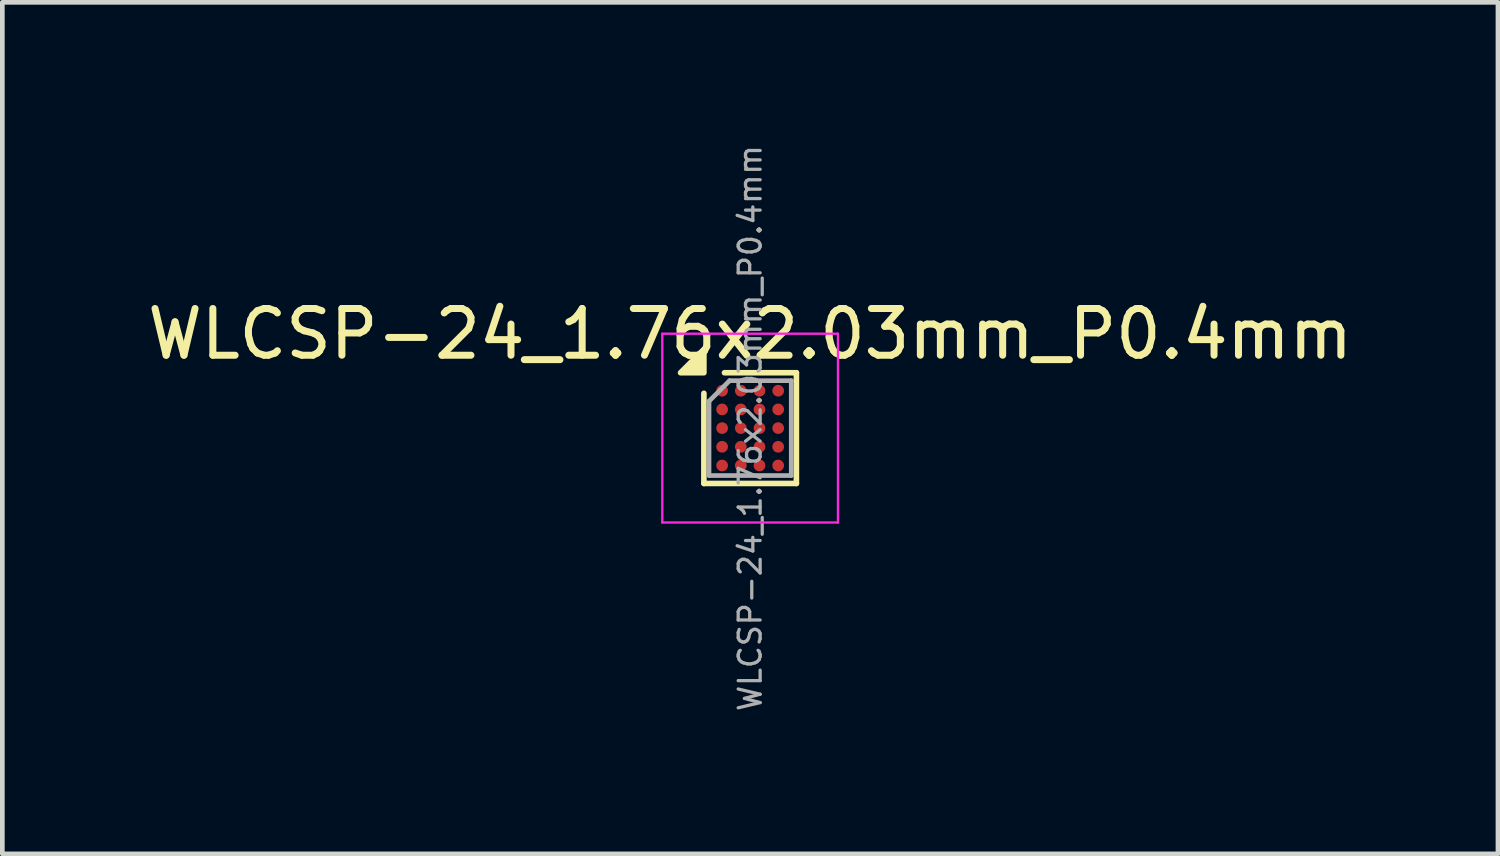
<source format=kicad_pcb>
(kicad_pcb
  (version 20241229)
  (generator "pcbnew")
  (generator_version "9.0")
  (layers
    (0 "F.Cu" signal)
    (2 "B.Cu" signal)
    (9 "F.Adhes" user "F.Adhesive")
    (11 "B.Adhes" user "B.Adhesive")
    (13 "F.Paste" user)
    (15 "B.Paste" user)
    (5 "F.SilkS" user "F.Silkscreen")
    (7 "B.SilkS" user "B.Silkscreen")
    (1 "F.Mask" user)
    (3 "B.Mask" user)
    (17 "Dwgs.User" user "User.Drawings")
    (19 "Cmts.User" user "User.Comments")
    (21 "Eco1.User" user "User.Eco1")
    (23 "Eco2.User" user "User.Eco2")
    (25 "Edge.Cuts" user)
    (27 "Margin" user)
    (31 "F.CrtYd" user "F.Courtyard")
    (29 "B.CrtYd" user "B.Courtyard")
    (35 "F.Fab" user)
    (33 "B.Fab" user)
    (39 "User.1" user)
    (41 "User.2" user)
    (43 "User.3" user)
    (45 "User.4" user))
  (footprint "WLCSP-24_1.76x2.03mm_P0.4mm"
    (layer "F.Cu")
    (at 13.006 6.113)
    (property "Reference" "WLCSP-24_1.76x2.03mm_P0.4mm" (at 0 -2.015 0) (layer "F.SilkS") (effects (font (size 1 1) (thickness 0.15))))
    (attr smd)
    (fp_line (start -0.99 1.185) (end -0.99 -0.745) (stroke (width 0.12) (type solid)) (layer "F.SilkS"))
    (fp_line (start -0.55 -1.185) (end 0.99 -1.185) (stroke (width 0.12) (type solid)) (layer "F.SilkS"))
    (fp_line (start 0.99 -1.185) (end 0.99 1.185) (stroke (width 0.12) (type solid)) (layer "F.SilkS"))
    (fp_line (start 0.99 1.185) (end -0.99 1.185) (stroke (width 0.12) (type solid)) (layer "F.SilkS"))
    (fp_poly (pts (xy -0.99 -1.185) (xy -1.49 -1.185) (xy -0.99 -1.685) (xy -0.99 -1.185)) (stroke (width 0.12) (type solid)) (fill yes) (layer "F.SilkS"))
    (fp_line (start -1.88 -2.02) (end -1.88 2.02) (stroke (width 0.05) (type solid)) (layer "F.CrtYd"))
    (fp_line (start -1.88 2.02) (end 1.88 2.02) (stroke (width 0.05) (type solid)) (layer "F.CrtYd"))
    (fp_line (start 1.88 -2.02) (end -1.88 -2.02) (stroke (width 0.05) (type solid)) (layer "F.CrtYd"))
    (fp_line (start 1.88 2.02) (end 1.88 -2.02) (stroke (width 0.05) (type solid)) (layer "F.CrtYd"))
    (fp_line (start -0.88 -0.575) (end -0.44 -1.015) (stroke (width 0.1) (type solid)) (layer "F.Fab"))
    (fp_line (start -0.88 1.015) (end -0.88 -0.575) (stroke (width 0.1) (type solid)) (layer "F.Fab"))
    (fp_line (start -0.44 -1.015) (end 0.88 -1.015) (stroke (width 0.1) (type solid)) (layer "F.Fab"))
    (fp_line (start 0.88 -1.015) (end 0.88 1.015) (stroke (width 0.1) (type solid)) (layer "F.Fab"))
    (fp_line (start 0.88 1.015) (end -0.88 1.015) (stroke (width 0.1) (type solid)) (layer "F.Fab"))
    (fp_text user "${REFERENCE}" (at 0 0 270) (layer "F.Fab") (effects (font (size 0.47 0.47) (thickness 0.07))))
    (pad "A1" smd circle (at -0.6 -0.8) (size 0.25 0.25) (property pad_prop_bga) (layers "F.Cu" "F.Mask" "F.Paste"))
    (pad "A2" smd circle (at -0.2 -0.8) (size 0.25 0.25) (property pad_prop_bga) (layers "F.Cu" "F.Mask" "F.Paste"))
    (pad "A3" smd circle (at 0.2 -0.8) (size 0.25 0.25) (property pad_prop_bga) (layers "F.Cu" "F.Mask" "F.Paste"))
    (pad "A4" smd circle (at 0.6 -0.8) (size 0.25 0.25) (property pad_prop_bga) (layers "F.Cu" "F.Mask" "F.Paste"))
    (pad "B1" smd circle (at -0.6 -0.4) (size 0.25 0.25) (property pad_prop_bga) (layers "F.Cu" "F.Mask" "F.Paste"))
    (pad "B2" smd circle (at -0.2 -0.4) (size 0.25 0.25) (property pad_prop_bga) (layers "F.Cu" "F.Mask" "F.Paste"))
    (pad "B3" smd circle (at 0.2 -0.4) (size 0.25 0.25) (property pad_prop_bga) (layers "F.Cu" "F.Mask" "F.Paste"))
    (pad "B4" smd circle (at 0.6 -0.4) (size 0.25 0.25) (property pad_prop_bga) (layers "F.Cu" "F.Mask" "F.Paste"))
    (pad "C1" smd circle (at -0.6 0) (size 0.25 0.25) (property pad_prop_bga) (layers "F.Cu" "F.Mask" "F.Paste"))
    (pad "C2" smd circle (at -0.2 0) (size 0.25 0.25) (property pad_prop_bga) (layers "F.Cu" "F.Mask" "F.Paste"))
    (pad "C3" smd circle (at 0.2 0) (size 0.25 0.25) (property pad_prop_bga) (layers "F.Cu" "F.Mask" "F.Paste"))
    (pad "C4" smd circle (at 0.6 0) (size 0.25 0.25) (property pad_prop_bga) (layers "F.Cu" "F.Mask" "F.Paste"))
    (pad "D1" smd circle (at -0.6 0.4) (size 0.25 0.25) (property pad_prop_bga) (layers "F.Cu" "F.Mask" "F.Paste"))
    (pad "D2" smd circle (at -0.2 0.4) (size 0.25 0.25) (property pad_prop_bga) (layers "F.Cu" "F.Mask" "F.Paste"))
    (pad "D3" smd circle (at 0.2 0.4) (size 0.25 0.25) (property pad_prop_bga) (layers "F.Cu" "F.Mask" "F.Paste"))
    (pad "D4" smd circle (at 0.6 0.4) (size 0.25 0.25) (property pad_prop_bga) (layers "F.Cu" "F.Mask" "F.Paste"))
    (pad "E1" smd circle (at -0.6 0.8) (size 0.25 0.25) (property pad_prop_bga) (layers "F.Cu" "F.Mask" "F.Paste"))
    (pad "E2" smd circle (at -0.2 0.8) (size 0.25 0.25) (property pad_prop_bga) (layers "F.Cu" "F.Mask" "F.Paste"))
    (pad "E3" smd circle (at 0.2 0.8) (size 0.25 0.25) (property pad_prop_bga) (layers "F.Cu" "F.Mask" "F.Paste"))
    (pad "E4" smd circle (at 0.6 0.8) (size 0.25 0.25) (property pad_prop_bga) (layers "F.Cu" "F.Mask" "F.Paste")))
  (gr_rect
    (start -3 -3)
    (end 29.012 15.226)
    (stroke (width 0.1) (type default))
    (fill no)
    (layer "Edge.Cuts")))
</source>
